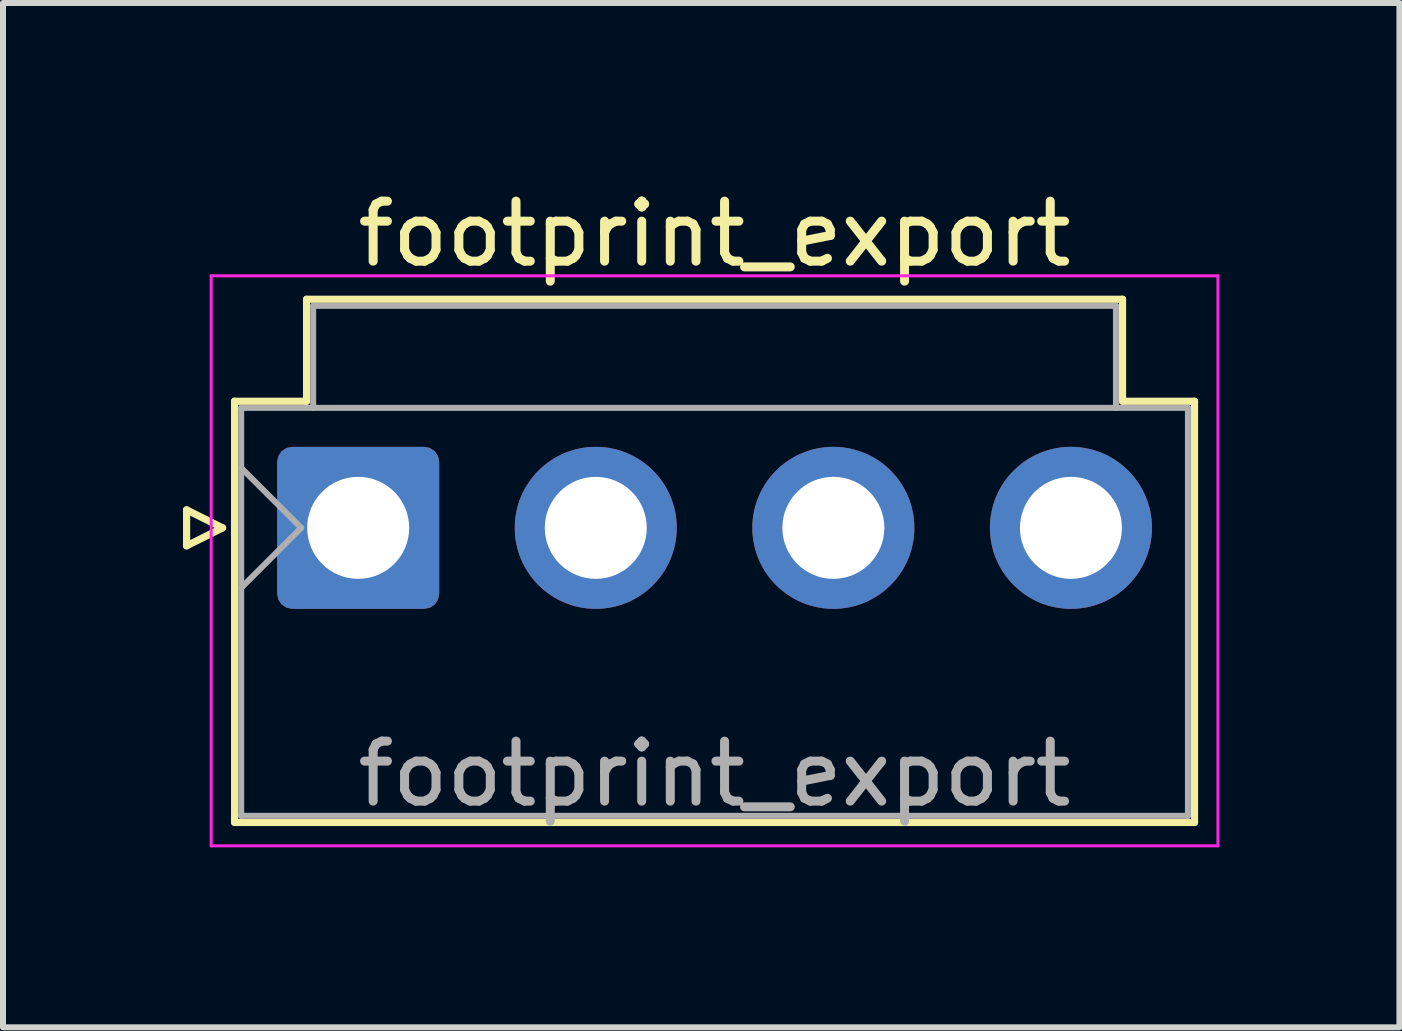
<source format=kicad_pcb>
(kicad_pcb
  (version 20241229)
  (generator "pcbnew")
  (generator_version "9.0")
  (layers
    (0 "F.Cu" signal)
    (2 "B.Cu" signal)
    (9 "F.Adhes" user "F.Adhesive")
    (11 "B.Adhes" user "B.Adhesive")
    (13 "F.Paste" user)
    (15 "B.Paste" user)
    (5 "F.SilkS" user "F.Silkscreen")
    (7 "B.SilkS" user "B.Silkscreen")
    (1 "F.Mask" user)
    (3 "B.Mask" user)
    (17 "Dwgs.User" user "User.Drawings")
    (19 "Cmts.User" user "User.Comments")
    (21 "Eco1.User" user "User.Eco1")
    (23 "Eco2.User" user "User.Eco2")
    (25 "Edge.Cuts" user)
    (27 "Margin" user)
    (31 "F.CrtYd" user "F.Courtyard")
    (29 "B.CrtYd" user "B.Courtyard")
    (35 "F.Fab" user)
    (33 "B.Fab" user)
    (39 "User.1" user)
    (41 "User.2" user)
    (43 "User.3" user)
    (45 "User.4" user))
  (footprint "footprint_export"
    (layer "F.Cu")
    (at 2.92 5.748)
    (property "Reference" "footprint_export" (at 5.94 -4.9 0) (layer "F.SilkS") (effects (font (size 1 1) (thickness 0.15))))
    (attr through_hole)
    (fp_line (start -2.86 -0.3) (end -2.26 0) (stroke (width 0.12) (type solid)) (layer "F.SilkS"))
    (fp_line (start -2.86 0.3) (end -2.86 -0.3) (stroke (width 0.12) (type solid)) (layer "F.SilkS"))
    (fp_line (start -2.26 0) (end -2.86 0.3) (stroke (width 0.12) (type solid)) (layer "F.SilkS"))
    (fp_line (start -2.06 -2.11) (end -0.86 -2.11) (stroke (width 0.12) (type solid)) (layer "F.SilkS"))
    (fp_line (start -2.06 4.91) (end -2.06 -2.11) (stroke (width 0.12) (type solid)) (layer "F.SilkS"))
    (fp_line (start -0.86 -3.81) (end 12.74 -3.81) (stroke (width 0.12) (type solid)) (layer "F.SilkS"))
    (fp_line (start -0.86 -2.11) (end -0.86 -3.81) (stroke (width 0.12) (type solid)) (layer "F.SilkS"))
    (fp_line (start 12.74 -3.81) (end 12.74 -2.11) (stroke (width 0.12) (type solid)) (layer "F.SilkS"))
    (fp_line (start 12.74 -2.11) (end 13.94 -2.11) (stroke (width 0.12) (type solid)) (layer "F.SilkS"))
    (fp_line (start 13.94 -2.11) (end 13.94 4.91) (stroke (width 0.12) (type solid)) (layer "F.SilkS"))
    (fp_line (start 13.94 4.91) (end -2.06 4.91) (stroke (width 0.12) (type solid)) (layer "F.SilkS"))
    (fp_line (start -2.45 -4.2) (end -2.45 5.3) (stroke (width 0.05) (type solid)) (layer "F.CrtYd"))
    (fp_line (start -2.45 5.3) (end 14.33 5.3) (stroke (width 0.05) (type solid)) (layer "F.CrtYd"))
    (fp_line (start 14.33 -4.2) (end -2.45 -4.2) (stroke (width 0.05) (type solid)) (layer "F.CrtYd"))
    (fp_line (start 14.33 5.3) (end 14.33 -4.2) (stroke (width 0.05) (type solid)) (layer "F.CrtYd"))
    (fp_line (start -1.95 -2) (end -1.95 4.8) (stroke (width 0.1) (type solid)) (layer "F.Fab"))
    (fp_line (start -1.95 -1) (end -0.95 0) (stroke (width 0.1) (type solid)) (layer "F.Fab"))
    (fp_line (start -1.95 1) (end -0.95 0) (stroke (width 0.1) (type solid)) (layer "F.Fab"))
    (fp_line (start -1.95 4.8) (end 13.83 4.8) (stroke (width 0.1) (type solid)) (layer "F.Fab"))
    (fp_line (start -0.75 -3.7) (end 12.63 -3.7) (stroke (width 0.1) (type solid)) (layer "F.Fab"))
    (fp_line (start -0.75 -2) (end -0.75 -3.7) (stroke (width 0.1) (type solid)) (layer "F.Fab"))
    (fp_line (start 12.63 -3.7) (end 12.63 -2) (stroke (width 0.1) (type solid)) (layer "F.Fab"))
    (fp_line (start 13.83 -2) (end -1.95 -2) (stroke (width 0.1) (type solid)) (layer "F.Fab"))
    (fp_line (start 13.83 4.8) (end 13.83 -2) (stroke (width 0.1) (type solid)) (layer "F.Fab"))
    (fp_text user "${REFERENCE}" (at 5.94 4.1 0) (layer "F.Fab") (effects (font (size 1 1) (thickness 0.15))))
    (pad "1" thru_hole roundrect (at 0 0) (size 2.7 2.7) (drill 1.7) (layers "*.Cu" "*.Mask") (roundrect_rratio 0.093))
    (pad "2" thru_hole circle (at 3.96 0) (size 2.7 2.7) (drill 1.7) (layers "*.Cu" "*.Mask"))
    (pad "3" thru_hole circle (at 7.92 0) (size 2.7 2.7) (drill 1.7) (layers "*.Cu" "*.Mask"))
    (pad "4" thru_hole circle (at 11.88 0) (size 2.7 2.7) (drill 1.7) (layers "*.Cu" "*.Mask")))
  (gr_rect
    (start -3 -3)
    (end 20.275 14.073)
    (stroke (width 0.1) (type default))
    (fill no)
    (layer "Edge.Cuts")))
</source>
